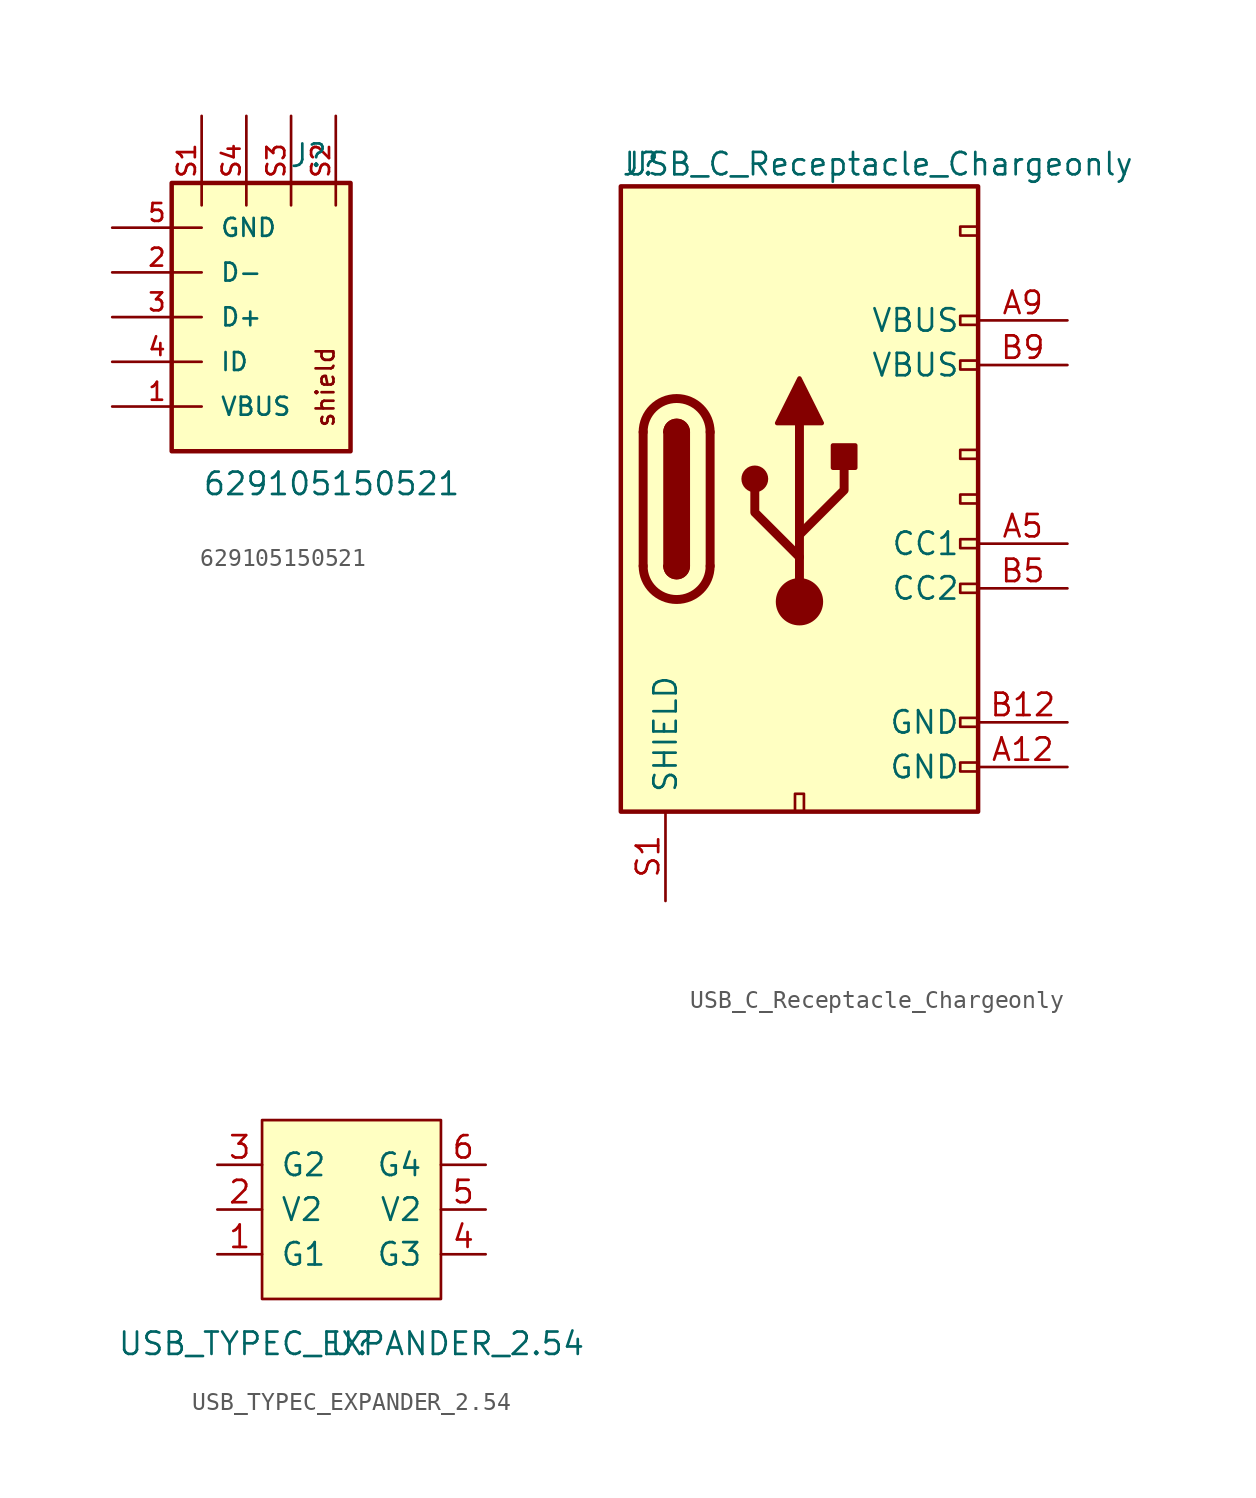
<source format=kicad_sym>
(kicad_symbol_lib
  (version 20211014)
  (generator kicad_symbol_editor)
  (symbol "629105150521"
    (pin_names
      (offset 1.016))
    (property "Reference" "J"
      (at -0.127 8.433 0)
      (effects (font (size 1.27 1.27)) (justify left bottom)))
    (property "Value" "629105150521"
      (at -5.055 -10.211 0)
      (effects (font (size 1.27 1.27)) (justify left bottom)))
    (property "ki_locked" ""
      (at 0 0 0)
      (effects (font (size 1.27 1.27))))
    (symbol "629105150521_0_0"
      (rectangle (start -6.782 -7.62) (end 3.378 7.62) (stroke (width 0.254) (type default) (color 0 0 0 0)) (fill (type background)))
      (text "shield" (at 2.54 -6.35 900) (effects (font (size 1.016 1.016)) (justify left bottom)))
      (pin passive line (at -10.16 -5.08 0) (length 5.08) (name "VBUS" (effects (font (size 1.016 1.016)))) (number "1" (effects (font (size 1.016 1.016)))))
      (pin passive line (at -10.16 2.54 0) (length 5.08) (name "D-" (effects (font (size 1.016 1.016)))) (number "2" (effects (font (size 1.016 1.016)))))
      (pin passive line (at -10.16 0 0) (length 5.08) (name "D+" (effects (font (size 1.016 1.016)))) (number "3" (effects (font (size 1.016 1.016)))))
      (pin passive line (at -10.16 -2.54 0) (length 5.08) (name "ID" (effects (font (size 1.016 1.016)))) (number "4" (effects (font (size 1.016 1.016)))))
      (pin passive line (at -10.16 5.08 0) (length 5.08) (name "GND" (effects (font (size 1.016 1.016)))) (number "5" (effects (font (size 1.016 1.016)))))
      (pin passive line (at -5.08 11.43 270) (length 5.08) (name "~" (effects (font (size 1.016 1.016)))) (number "S1" (effects (font (size 1.016 1.016)))))
      (pin passive line (at 2.54 11.43 270) (length 5.08) (name "~" (effects (font (size 1.016 1.016)))) (number "S2" (effects (font (size 1.016 1.016)))))
      (pin passive line (at 0 11.43 270) (length 5.08) (name "~" (effects (font (size 1.016 1.016)))) (number "S3" (effects (font (size 1.016 1.016)))))
      (pin passive line (at -2.54 11.43 270) (length 5.08) (name "~" (effects (font (size 1.016 1.016)))) (number "S4" (effects (font (size 1.016 1.016)))))))
  (symbol "USB_C_Receptacle_Chargeonly"
    (pin_names
      (offset 1.016))
    (property "Reference" "J"
      (at -10.16 19.05 0)
      (effects (font (size 1.27 1.27)) (justify left)))
    (property "Value" "USB_C_Receptacle_Chargeonly"
      (at 19.05 19.05 0)
      (effects (font (size 1.27 1.27)) (justify right)))
    (symbol "USB_C_Receptacle_Chargeonly_0_0"
      (rectangle (start -0.254 -17.78) (end 0.254 -16.764) (stroke (width 0) (type default) (color 0 0 0 0)) (fill (type none)))
      (rectangle (start 10.16 -14.986) (end 9.144 -15.494) (stroke (width 0) (type default) (color 0 0 0 0)) (fill (type none)))
      (rectangle (start 10.16 -12.446) (end 9.144 -12.954) (stroke (width 0) (type default) (color 0 0 0 0)) (fill (type none)))
      (rectangle (start 10.16 -4.826) (end 9.144 -5.334) (stroke (width 0) (type default) (color 0 0 0 0)) (fill (type none)))
      (rectangle (start 10.16 -2.286) (end 9.144 -2.794) (stroke (width 0) (type default) (color 0 0 0 0)) (fill (type none)))
      (rectangle (start 10.16 0.254) (end 9.144 -0.254) (stroke (width 0) (type default) (color 0 0 0 0)) (fill (type none)))
      (rectangle (start 10.16 2.794) (end 9.144 2.286) (stroke (width 0) (type default) (color 0 0 0 0)) (fill (type none)))
      (rectangle (start 10.16 7.874) (end 9.144 7.366) (stroke (width 0) (type default) (color 0 0 0 0)) (fill (type none)))
      (rectangle (start 10.16 10.414) (end 9.144 9.906) (stroke (width 0) (type default) (color 0 0 0 0)) (fill (type none)))
      (rectangle (start 10.16 15.494) (end 9.144 14.986) (stroke (width 0) (type default) (color 0 0 0 0)) (fill (type none))))
    (symbol "USB_C_Receptacle_Chargeonly_0_1"
      (rectangle (start -10.16 17.78) (end 10.16 -17.78) (stroke (width 0.254) (type default) (color 0 0 0 0)) (fill (type background)))
      (arc (start -8.89 -3.81) (mid -6.985 -5.715) (end -5.08 -3.81) (stroke (width 0.508) (type default) (color 0 0 0 0)) (fill (type none)))
      (arc (start -7.62 -3.81) (mid -6.985 -4.445) (end -6.35 -3.81) (stroke (width 0.254) (type default) (color 0 0 0 0)) (fill (type none)))
      (arc (start -7.62 -3.81) (mid -6.985 -4.445) (end -6.35 -3.81) (stroke (width 0.254) (type default) (color 0 0 0 0)) (fill (type outline)))
      (rectangle (start -7.62 -3.81) (end -6.35 3.81) (stroke (width 0.254) (type default) (color 0 0 0 0)) (fill (type outline)))
      (arc (start -6.35 3.81) (mid -6.985 4.445) (end -7.62 3.81) (stroke (width 0.254) (type default) (color 0 0 0 0)) (fill (type none)))
      (arc (start -6.35 3.81) (mid -6.985 4.445) (end -7.62 3.81) (stroke (width 0.254) (type default) (color 0 0 0 0)) (fill (type outline)))
      (arc (start -5.08 3.81) (mid -6.985 5.715) (end -8.89 3.81) (stroke (width 0.508) (type default) (color 0 0 0 0)) (fill (type none)))
      (circle (center -2.54 1.143) (radius 0.635) (stroke (width 0.254) (type default) (color 0 0 0 0)) (fill (type outline)))
      (circle (center 0 -5.842) (radius 1.27) (stroke (width 0) (type default) (color 0 0 0 0)) (fill (type outline)))
      (polyline (pts (xy -8.89 -3.81) (xy -8.89 3.81)) (stroke (width 0.508) (type default) (color 0 0 0 0)) (fill (type none)))
      (polyline (pts (xy -5.08 3.81) (xy -5.08 -3.81)) (stroke (width 0.508) (type default) (color 0 0 0 0)) (fill (type none)))
      (polyline (pts (xy 0 -5.842) (xy 0 4.318)) (stroke (width 0.508) (type default) (color 0 0 0 0)) (fill (type none)))
      (polyline (pts (xy 0 -3.302) (xy -2.54 -0.762) (xy -2.54 0.508)) (stroke (width 0.508) (type default) (color 0 0 0 0)) (fill (type none)))
      (polyline (pts (xy 0 -2.032) (xy 2.54 0.508) (xy 2.54 1.778)) (stroke (width 0.508) (type default) (color 0 0 0 0)) (fill (type none)))
      (polyline (pts (xy -1.27 4.318) (xy 0 6.858) (xy 1.27 4.318) (xy -1.27 4.318)) (stroke (width 0.254) (type default) (color 0 0 0 0)) (fill (type outline)))
      (rectangle (start 1.905 1.778) (end 3.175 3.048) (stroke (width 0.254) (type default) (color 0 0 0 0)) (fill (type outline))))
    (symbol "USB_C_Receptacle_Chargeonly_1_1"
      (pin power_in line (at 15.24 -15.24 180) (length 5.08) (name "GND" (effects (font (size 1.27 1.27)))) (number "A12" (effects (font (size 1.27 1.27)))))
      (pin bidirectional line (at 15.24 -2.54 180) (length 5.08) (name "CC1" (effects (font (size 1.27 1.27)))) (number "A5" (effects (font (size 1.27 1.27)))))
      (pin power_in line (at 15.24 10.16 180) (length 5.08) (name "VBUS" (effects (font (size 1.27 1.27)))) (number "A9" (effects (font (size 1.27 1.27)))))
      (pin power_in line (at 15.24 -12.7 180) (length 5.08) (name "GND" (effects (font (size 1.27 1.27)))) (number "B12" (effects (font (size 1.27 1.27)))))
      (pin bidirectional line (at 15.24 -5.08 180) (length 5.08) (name "CC2" (effects (font (size 1.27 1.27)))) (number "B5" (effects (font (size 1.27 1.27)))))
      (pin power_in line (at 15.24 7.62 180) (length 5.08) (name "VBUS" (effects (font (size 1.27 1.27)))) (number "B9" (effects (font (size 1.27 1.27)))))
      (pin passive line (at -7.62 -22.86 90) (length 5.08) (name "SHIELD" (effects (font (size 1.27 1.27)))) (number "S1" (effects (font (size 1.27 1.27)))))))
  (symbol "USB_TYPEC_EXPANDER_2.54"
    (pin_names
      (offset 1.016))
    (property "Reference" "U"
      (at 0 0 0)
      (effects (font (size 1.27 1.27))))
    (property "Value" "USB_TYPEC_EXPANDER_2.54"
      (at 0 0 0)
      (effects (font (size 1.27 1.27))))
    (symbol "USB_TYPEC_EXPANDER_2.54_0_1"
      (rectangle (start -5.08 12.7) (end 5.08 2.54) (stroke (width 0) (type default) (color 0 0 0 0)) (fill (type background))))
    (symbol "USB_TYPEC_EXPANDER_2.54_1_1"
      (pin power_in line (at -7.62 5.08 0) (length 2.54) (name "G1" (effects (font (size 1.27 1.27)))) (number "1" (effects (font (size 1.27 1.27)))))
      (pin power_in line (at -7.62 7.62 0) (length 2.54) (name "V2" (effects (font (size 1.27 1.27)))) (number "2" (effects (font (size 1.27 1.27)))))
      (pin power_in line (at -7.62 10.16 0) (length 2.54) (name "G2" (effects (font (size 1.27 1.27)))) (number "3" (effects (font (size 1.27 1.27)))))
      (pin power_in line (at 7.62 5.08 180) (length 2.54) (name "G3" (effects (font (size 1.27 1.27)))) (number "4" (effects (font (size 1.27 1.27)))))
      (pin power_in line (at 7.62 7.62 180) (length 2.54) (name "V2" (effects (font (size 1.27 1.27)))) (number "5" (effects (font (size 1.27 1.27)))))
      (pin power_in line (at 7.62 10.16 180) (length 2.54) (name "G4" (effects (font (size 1.27 1.27)))) (number "6" (effects (font (size 1.27 1.27))))))))
</source>
